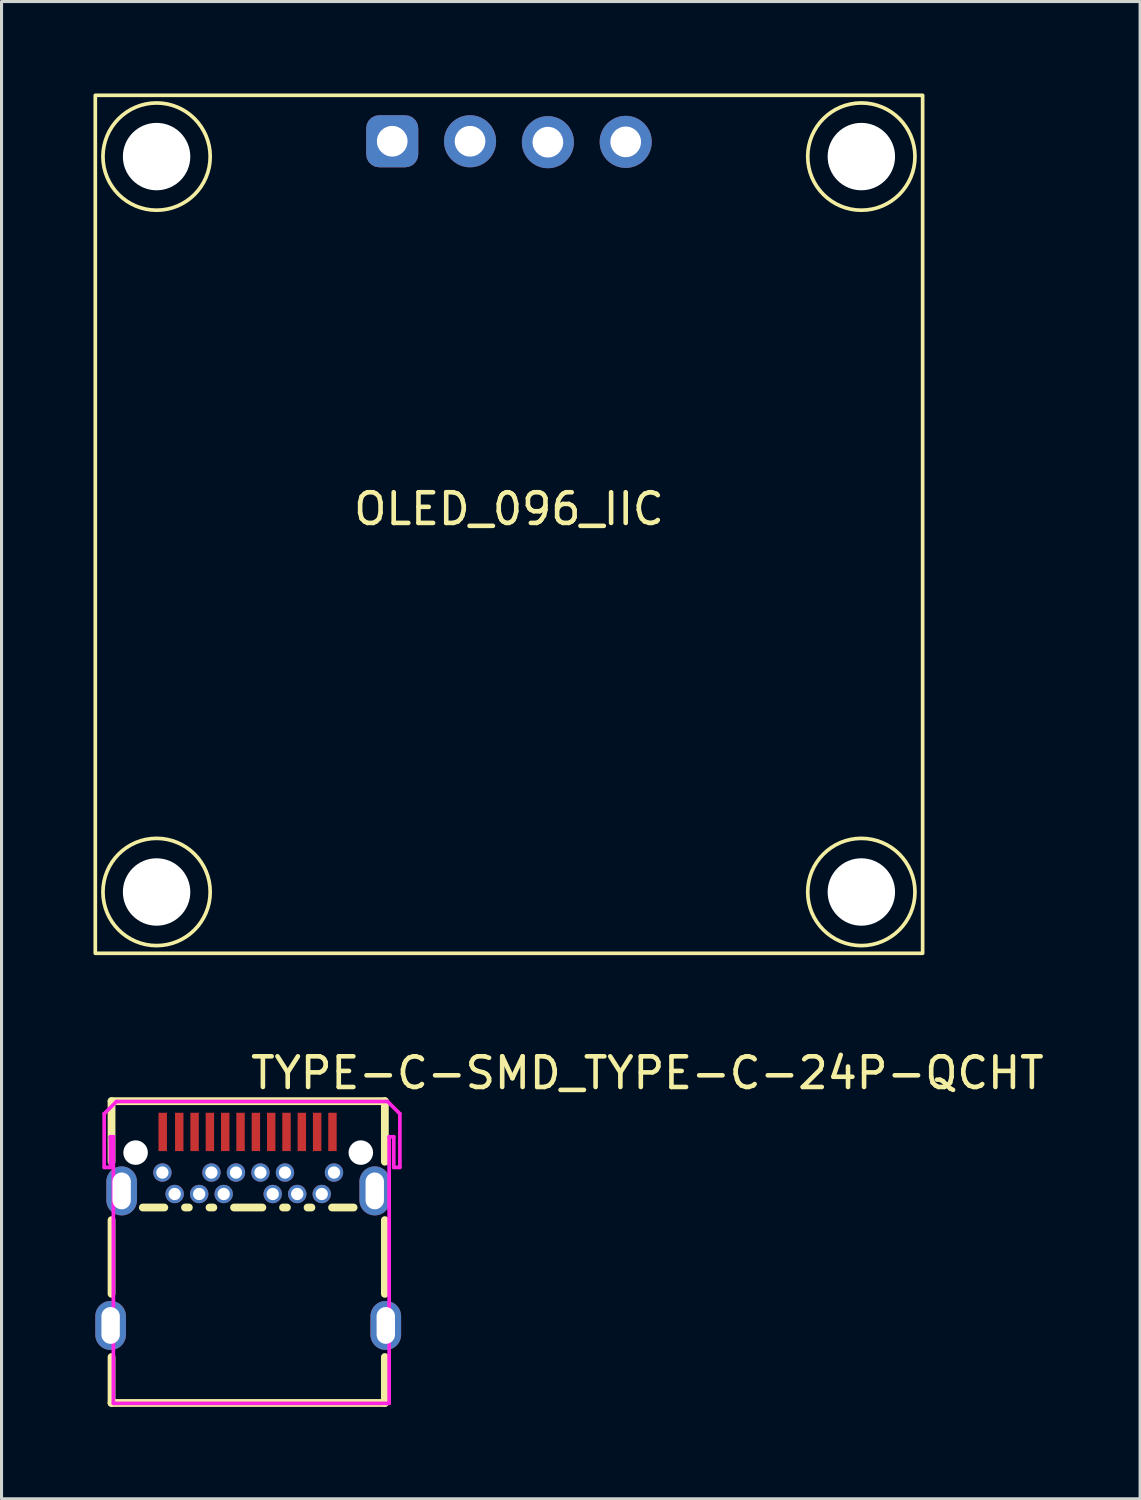
<source format=kicad_pcb>
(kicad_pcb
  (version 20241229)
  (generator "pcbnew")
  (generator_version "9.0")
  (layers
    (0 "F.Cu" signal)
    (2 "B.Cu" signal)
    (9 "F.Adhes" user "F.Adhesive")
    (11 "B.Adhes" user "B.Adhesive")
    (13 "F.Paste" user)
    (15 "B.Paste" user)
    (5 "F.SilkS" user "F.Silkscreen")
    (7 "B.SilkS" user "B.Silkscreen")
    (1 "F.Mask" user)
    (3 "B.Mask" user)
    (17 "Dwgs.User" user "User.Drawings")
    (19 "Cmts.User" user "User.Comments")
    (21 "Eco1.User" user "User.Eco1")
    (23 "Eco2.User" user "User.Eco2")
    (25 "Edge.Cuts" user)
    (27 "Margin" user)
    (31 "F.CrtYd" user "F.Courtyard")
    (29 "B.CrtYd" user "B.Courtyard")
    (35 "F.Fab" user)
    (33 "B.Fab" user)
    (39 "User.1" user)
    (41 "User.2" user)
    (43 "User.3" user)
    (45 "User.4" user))
  (footprint "OLED_096_IIC"
    (layer "F.Cu")
    (at 13.56 14.06)
    (property "Reference" "OLED_096_IIC" (at 0 -0.5 0) (unlocked yes) (layer "F.SilkS") (effects (font (size 1 1) (thickness 0.15))))
    (fp_rect (start -13.5 -14) (end 13.5 14) (stroke (width 0.12) (type solid)) (fill no) (layer "F.SilkS"))
    (fp_circle (center -11.5 -12) (end -9.75 -12) (stroke (width 0.12) (type solid)) (fill no) (layer "F.SilkS"))
    (fp_circle (center -11.5 12) (end -9.75 12) (stroke (width 0.12) (type solid)) (fill no) (layer "F.SilkS"))
    (fp_circle (center 11.5 -12) (end 13.25 -12) (stroke (width 0.12) (type solid)) (fill no) (layer "F.SilkS"))
    (fp_circle (center 11.5 12) (end 13.25 12) (stroke (width 0.12) (type solid)) (fill no) (layer "F.SilkS"))
    (pad "" np_thru_hole circle (at -11.5 -12) (size 2.2 2.2) (drill 2.2) (layers "*.Cu" "*.Mask"))
    (pad "" np_thru_hole circle (at -11.5 12) (size 2.2 2.2) (drill 2.2) (layers "*.Cu" "*.Mask"))
    (pad "" np_thru_hole circle (at 11.5 -12) (size 2.2 2.2) (drill 2.2) (layers "*.Cu" "*.Mask"))
    (pad "" np_thru_hole circle (at 11.5 12) (size 2.2 2.2) (drill 2.2) (layers "*.Cu" "*.Mask"))
    (pad "1" thru_hole roundrect (at -3.81 -12.5) (size 1.7 1.7) (drill 1) (layers "*.Cu" "*.Mask") (roundrect_rratio 0.25))
    (pad "2" thru_hole circle (at -1.27 -12.5) (size 1.7 1.7) (drill 1) (layers "*.Cu" "*.Mask"))
    (pad "3" thru_hole circle (at 1.27 -12.47) (size 1.7 1.7) (drill 1) (layers "*.Cu" "*.Mask"))
    (pad "4" thru_hole circle (at 3.81 -12.48) (size 1.7 1.7) (drill 1) (layers "*.Cu" "*.Mask")))
  (footprint "TYPE-C-SMD_TYPE-C-24P-QCHT"
    (layer "F.Cu")
    (at 5.05 37.048)
    (property "Reference" "TYPE-C-SMD_TYPE-C-24P-QCHT" (at 0 -5.08 0) (layer "F.SilkS") (effects (font (size 1 1) (thickness 0.15)) (justify left)))
    (attr through_hole)
    (fp_line (start -4.46 -4.162) (end -4.46 -2.185) (stroke (width 0.254) (type solid)) (layer "F.SilkS"))
    (fp_line (start -4.46 -4.162) (end 4.46 -4.162) (stroke (width 0.254) (type solid)) (layer "F.SilkS"))
    (fp_line (start -4.46 -0.28) (end -4.46 2.127) (stroke (width 0.254) (type solid)) (layer "F.SilkS"))
    (fp_line (start -4.46 4.188) (end -4.46 5.688) (stroke (width 0.254) (type solid)) (layer "F.SilkS"))
    (fp_line (start -4.46 5.688) (end 4.46 5.688) (stroke (width 0.254) (type solid)) (layer "F.SilkS"))
    (fp_line (start -3.44 -0.691) (end -2.737 -0.691) (stroke (width 0.254) (type solid)) (layer "F.SilkS"))
    (fp_line (start -2.063 -0.691) (end -1.937 -0.691) (stroke (width 0.254) (type solid)) (layer "F.SilkS"))
    (fp_line (start -1.263 -0.691) (end -1.137 -0.691) (stroke (width 0.254) (type solid)) (layer "F.SilkS"))
    (fp_line (start -0.463 -0.691) (end 0.463 -0.691) (stroke (width 0.254) (type solid)) (layer "F.SilkS"))
    (fp_line (start 1.137 -0.691) (end 1.263 -0.691) (stroke (width 0.254) (type solid)) (layer "F.SilkS"))
    (fp_line (start 1.937 -0.691) (end 2.063 -0.691) (stroke (width 0.254) (type solid)) (layer "F.SilkS"))
    (fp_line (start 2.737 -0.691) (end 3.44 -0.691) (stroke (width 0.254) (type solid)) (layer "F.SilkS"))
    (fp_line (start 4.46 -4.162) (end 4.46 -2.185) (stroke (width 0.254) (type solid)) (layer "F.SilkS"))
    (fp_line (start 4.46 -0.28) (end 4.46 2.127) (stroke (width 0.254) (type solid)) (layer "F.SilkS"))
    (fp_line (start 4.46 4.188) (end 4.46 5.688) (stroke (width 0.254) (type solid)) (layer "F.SilkS"))
    (fp_circle (center -2.8 -1.832) (end -2.672 -1.832) (stroke (width 0.255) (type solid)) (fill no) (layer "F.Paste"))
    (fp_circle (center -2.4 -1.132) (end -2.272 -1.132) (stroke (width 0.255) (type solid)) (fill no) (layer "F.Paste"))
    (fp_circle (center -1.6 -1.132) (end -1.472 -1.132) (stroke (width 0.255) (type solid)) (fill no) (layer "F.Paste"))
    (fp_circle (center -1.2 -1.832) (end -1.072 -1.832) (stroke (width 0.255) (type solid)) (fill no) (layer "F.Paste"))
    (fp_circle (center -0.8 -1.132) (end -0.672 -1.132) (stroke (width 0.255) (type solid)) (fill no) (layer "F.Paste"))
    (fp_circle (center -0.4 -1.832) (end -0.272 -1.832) (stroke (width 0.255) (type solid)) (fill no) (layer "F.Paste"))
    (fp_circle (center 0.4 -1.832) (end 0.528 -1.832) (stroke (width 0.255) (type solid)) (fill no) (layer "F.Paste"))
    (fp_circle (center 0.8 -1.132) (end 0.928 -1.132) (stroke (width 0.255) (type solid)) (fill no) (layer "F.Paste"))
    (fp_circle (center 1.2 -1.832) (end 1.328 -1.832) (stroke (width 0.255) (type solid)) (fill no) (layer "F.Paste"))
    (fp_circle (center 1.6 -1.132) (end 1.728 -1.132) (stroke (width 0.255) (type solid)) (fill no) (layer "F.Paste"))
    (fp_circle (center 2.4 -1.132) (end 2.528 -1.132) (stroke (width 0.255) (type solid)) (fill no) (layer "F.Paste"))
    (fp_circle (center 2.8 -1.832) (end 2.927 -1.832) (stroke (width 0.255) (type solid)) (fill no) (layer "F.Paste"))
    (fp_poly (pts (xy -2.927 -3.782) (xy -2.652 -3.782) (xy -2.652 -2.532) (xy -2.927 -2.532)) (stroke (width 0.12) (type solid)) (fill yes) (layer "F.Paste"))
    (fp_poly (pts (xy -2.387 -3.782) (xy -2.112 -3.782) (xy -2.112 -2.532) (xy -2.387 -2.532)) (stroke (width 0.12) (type solid)) (fill yes) (layer "F.Paste"))
    (fp_poly (pts (xy -1.887 -3.782) (xy -1.612 -3.782) (xy -1.612 -2.532) (xy -1.887 -2.532)) (stroke (width 0.12) (type solid)) (fill yes) (layer "F.Paste"))
    (fp_poly (pts (xy -1.387 -3.782) (xy -1.112 -3.782) (xy -1.112 -2.532) (xy -1.387 -2.532)) (stroke (width 0.12) (type solid)) (fill yes) (layer "F.Paste"))
    (fp_poly (pts (xy -0.887 -3.782) (xy -0.612 -3.782) (xy -0.612 -2.532) (xy -0.887 -2.532)) (stroke (width 0.12) (type solid)) (fill yes) (layer "F.Paste"))
    (fp_poly (pts (xy -0.387 -3.782) (xy -0.112 -3.782) (xy -0.112 -2.532) (xy -0.387 -2.532)) (stroke (width 0.12) (type solid)) (fill yes) (layer "F.Paste"))
    (fp_poly (pts (xy 0.113 -3.782) (xy 0.388 -3.782) (xy 0.388 -2.532) (xy 0.113 -2.532)) (stroke (width 0.12) (type solid)) (fill yes) (layer "F.Paste"))
    (fp_poly (pts (xy 0.613 -3.782) (xy 0.888 -3.782) (xy 0.888 -2.532) (xy 0.613 -2.532)) (stroke (width 0.12) (type solid)) (fill yes) (layer "F.Paste"))
    (fp_poly (pts (xy 1.113 -3.782) (xy 1.388 -3.782) (xy 1.388 -2.532) (xy 1.113 -2.532)) (stroke (width 0.12) (type solid)) (fill yes) (layer "F.Paste"))
    (fp_poly (pts (xy 1.613 -3.782) (xy 1.888 -3.782) (xy 1.888 -2.532) (xy 1.613 -2.532)) (stroke (width 0.12) (type solid)) (fill yes) (layer "F.Paste"))
    (fp_poly (pts (xy 2.113 -3.782) (xy 2.388 -3.782) (xy 2.388 -2.532) (xy 2.113 -2.532)) (stroke (width 0.12) (type solid)) (fill yes) (layer "F.Paste"))
    (fp_poly (pts (xy 2.613 -3.782) (xy 2.888 -3.782) (xy 2.888 -2.532) (xy 2.613 -2.532)) (stroke (width 0.12) (type solid)) (fill yes) (layer "F.Paste"))
    (fp_poly (pts (xy -4.99 2.858) (xy -4.98 2.76) (xy -4.952 2.666) (xy -4.906 2.58) (xy -4.844 2.504) (xy -4.768 2.442) (xy -4.681 2.396) (xy -4.588 2.367) (xy -4.49 2.358) (xy -4.392 2.367) (xy -4.299 2.396) (xy -4.212 2.442) (xy -4.136 2.504) (xy -4.074 2.58) (xy -4.028 2.666) (xy -4 2.76) (xy -3.99 2.858) (xy -3.99 3.458) (xy -4 3.555) (xy -4.028 3.649) (xy -4.074 3.735) (xy -4.136 3.811) (xy -4.212 3.873) (xy -4.299 3.92) (xy -4.392 3.948) (xy -4.49 3.958) (xy -4.588 3.948) (xy -4.681 3.92) (xy -4.768 3.873) (xy -4.844 3.811) (xy -4.906 3.735) (xy -4.952 3.649) (xy -4.98 3.555) (xy -4.99 3.458)) (stroke (width 0.12) (type solid)) (fill yes) (layer "F.Paste"))
    (fp_poly (pts (xy -4.63 -1.532) (xy -4.62 -1.63) (xy -4.591 -1.724) (xy -4.545 -1.81) (xy -4.483 -1.886) (xy -4.407 -1.948) (xy -4.321 -1.994) (xy -4.227 -2.023) (xy -4.13 -2.032) (xy -4.032 -2.023) (xy -3.938 -1.994) (xy -3.852 -1.948) (xy -3.776 -1.886) (xy -3.714 -1.81) (xy -3.668 -1.724) (xy -3.639 -1.63) (xy -3.63 -1.532) (xy -3.63 -0.932) (xy -3.639 -0.835) (xy -3.668 -0.741) (xy -3.714 -0.655) (xy -3.776 -0.579) (xy -3.852 -0.517) (xy -3.938 -0.47) (xy -4.032 -0.442) (xy -4.13 -0.432) (xy -4.227 -0.442) (xy -4.321 -0.47) (xy -4.407 -0.517) (xy -4.483 -0.579) (xy -4.545 -0.655) (xy -4.591 -0.741) (xy -4.62 -0.835) (xy -4.63 -0.932)) (stroke (width 0.12) (type solid)) (fill yes) (layer "F.Paste"))
    (fp_poly (pts (xy 3.63 -1.533) (xy 3.64 -1.63) (xy 3.668 -1.724) (xy 3.714 -1.81) (xy 3.776 -1.886) (xy 3.852 -1.948) (xy 3.939 -1.994) (xy 4.032 -2.023) (xy 4.13 -2.033) (xy 4.227 -2.023) (xy 4.321 -1.994) (xy 4.408 -1.948) (xy 4.483 -1.886) (xy 4.546 -1.81) (xy 4.592 -1.724) (xy 4.62 -1.63) (xy 4.63 -1.533) (xy 4.63 -0.933) (xy 4.62 -0.835) (xy 4.592 -0.741) (xy 4.546 -0.655) (xy 4.483 -0.579) (xy 4.408 -0.517) (xy 4.321 -0.471) (xy 4.227 -0.442) (xy 4.13 -0.433) (xy 4.032 -0.442) (xy 3.939 -0.471) (xy 3.852 -0.517) (xy 3.776 -0.579) (xy 3.714 -0.655) (xy 3.668 -0.741) (xy 3.64 -0.835) (xy 3.63 -0.933)) (stroke (width 0.12) (type solid)) (fill yes) (layer "F.Paste"))
    (fp_poly (pts (xy 3.99 2.858) (xy 4 2.76) (xy 4.028 2.666) (xy 4.074 2.58) (xy 4.137 2.504) (xy 4.212 2.442) (xy 4.299 2.396) (xy 4.393 2.367) (xy 4.49 2.358) (xy 4.588 2.367) (xy 4.682 2.396) (xy 4.768 2.442) (xy 4.844 2.504) (xy 4.906 2.58) (xy 4.952 2.666) (xy 4.981 2.76) (xy 4.99 2.858) (xy 4.99 3.458) (xy 4.981 3.555) (xy 4.952 3.649) (xy 4.906 3.735) (xy 4.844 3.811) (xy 4.768 3.873) (xy 4.682 3.92) (xy 4.588 3.948) (xy 4.49 3.958) (xy 4.393 3.948) (xy 4.299 3.92) (xy 4.212 3.873) (xy 4.137 3.811) (xy 4.074 3.735) (xy 4.028 3.649) (xy 4 3.555) (xy 3.99 3.458)) (stroke (width 0.12) (type solid)) (fill yes) (layer "F.Paste"))
    (fp_circle (center -3.675 -2.483) (end -3.525 -2.483) (stroke (width 0.3) (type solid)) (fill no) (layer "Dwgs.User"))
    (fp_circle (center 3.675 -2.483) (end 3.825 -2.483) (stroke (width 0.3) (type solid)) (fill no) (layer "Dwgs.User"))
    (fp_circle (center -4.7 -4.15) (end -4.67 -4.15) (stroke (width 0.06) (type solid)) (fill no) (layer "Eco2.User"))
    (fp_poly (pts (xy -4.64 2.808) (xy -4.34 2.808) (xy -4.34 3.508) (xy -4.64 3.508)) (stroke (width 0.12) (type solid)) (fill no) (layer "Eco2.User"))
    (fp_poly (pts (xy -4.28 -1.583) (xy -3.98 -1.583) (xy -3.98 -0.883) (xy -4.28 -0.883)) (stroke (width 0.12) (type solid)) (fill no) (layer "Eco2.User"))
    (fp_poly (pts (xy -2.9 -1.757) (xy -2.9 -1.907) (xy -2.7 -1.907) (xy -2.7 -1.757)) (stroke (width 0.12) (type solid)) (fill no) (layer "Eco2.User"))
    (fp_poly (pts (xy -2.89 -3.332) (xy -2.69 -3.332) (xy -2.69 -2.682) (xy -2.89 -2.682)) (stroke (width 0.12) (type solid)) (fill no) (layer "Eco2.User"))
    (fp_poly (pts (xy -2.5 -1.207) (xy -2.3 -1.207) (xy -2.3 -1.057) (xy -2.5 -1.057)) (stroke (width 0.12) (type solid)) (fill no) (layer "Eco2.User"))
    (fp_poly (pts (xy -2.35 -3.332) (xy -2.15 -3.332) (xy -2.15 -2.682) (xy -2.35 -2.682)) (stroke (width 0.12) (type solid)) (fill no) (layer "Eco2.User"))
    (fp_poly (pts (xy -1.85 -3.332) (xy -1.65 -3.332) (xy -1.65 -2.682) (xy -1.85 -2.682)) (stroke (width 0.12) (type solid)) (fill no) (layer "Eco2.User"))
    (fp_poly (pts (xy -1.7 -1.207) (xy -1.5 -1.207) (xy -1.5 -1.057) (xy -1.7 -1.057)) (stroke (width 0.12) (type solid)) (fill no) (layer "Eco2.User"))
    (fp_poly (pts (xy -1.35 -3.332) (xy -1.15 -3.332) (xy -1.15 -2.682) (xy -1.35 -2.682)) (stroke (width 0.12) (type solid)) (fill no) (layer "Eco2.User"))
    (fp_poly (pts (xy -1.3 -1.907) (xy -1.1 -1.907) (xy -1.1 -1.757) (xy -1.3 -1.757)) (stroke (width 0.12) (type solid)) (fill no) (layer "Eco2.User"))
    (fp_poly (pts (xy -0.9 -1.207) (xy -0.7 -1.207) (xy -0.7 -1.057) (xy -0.9 -1.057)) (stroke (width 0.12) (type solid)) (fill no) (layer "Eco2.User"))
    (fp_poly (pts (xy -0.85 -3.332) (xy -0.65 -3.332) (xy -0.65 -2.682) (xy -0.85 -2.682)) (stroke (width 0.12) (type solid)) (fill no) (layer "Eco2.User"))
    (fp_poly (pts (xy -0.5 -1.907) (xy -0.3 -1.907) (xy -0.3 -1.757) (xy -0.5 -1.757)) (stroke (width 0.12) (type solid)) (fill no) (layer "Eco2.User"))
    (fp_poly (pts (xy -0.35 -3.332) (xy -0.15 -3.332) (xy -0.15 -2.682) (xy -0.35 -2.682)) (stroke (width 0.12) (type solid)) (fill no) (layer "Eco2.User"))
    (fp_poly (pts (xy 0.15 -3.332) (xy 0.35 -3.332) (xy 0.35 -2.682) (xy 0.15 -2.682)) (stroke (width 0.12) (type solid)) (fill no) (layer "Eco2.User"))
    (fp_poly (pts (xy 0.3 -1.907) (xy 0.5 -1.907) (xy 0.5 -1.757) (xy 0.3 -1.757)) (stroke (width 0.12) (type solid)) (fill no) (layer "Eco2.User"))
    (fp_poly (pts (xy 0.65 -3.332) (xy 0.85 -3.332) (xy 0.85 -2.682) (xy 0.65 -2.682)) (stroke (width 0.12) (type solid)) (fill no) (layer "Eco2.User"))
    (fp_poly (pts (xy 0.701 -1.207) (xy 0.901 -1.207) (xy 0.901 -1.057) (xy 0.701 -1.057)) (stroke (width 0.12) (type solid)) (fill no) (layer "Eco2.User"))
    (fp_poly (pts (xy 1.1 -1.907) (xy 1.3 -1.907) (xy 1.3 -1.757) (xy 1.1 -1.757)) (stroke (width 0.12) (type solid)) (fill no) (layer "Eco2.User"))
    (fp_poly (pts (xy 1.15 -3.332) (xy 1.35 -3.332) (xy 1.35 -2.682) (xy 1.15 -2.682)) (stroke (width 0.12) (type solid)) (fill no) (layer "Eco2.User"))
    (fp_poly (pts (xy 1.5 -1.207) (xy 1.7 -1.207) (xy 1.7 -1.057) (xy 1.5 -1.057)) (stroke (width 0.12) (type solid)) (fill no) (layer "Eco2.User"))
    (fp_poly (pts (xy 1.65 -3.332) (xy 1.85 -3.332) (xy 1.85 -2.682) (xy 1.65 -2.682)) (stroke (width 0.12) (type solid)) (fill no) (layer "Eco2.User"))
    (fp_poly (pts (xy 2.15 -3.332) (xy 2.35 -3.332) (xy 2.35 -2.682) (xy 2.15 -2.682)) (stroke (width 0.12) (type solid)) (fill no) (layer "Eco2.User"))
    (fp_poly (pts (xy 2.3 -1.207) (xy 2.5 -1.207) (xy 2.5 -1.057) (xy 2.3 -1.057)) (stroke (width 0.12) (type solid)) (fill no) (layer "Eco2.User"))
    (fp_poly (pts (xy 2.65 -3.332) (xy 2.85 -3.332) (xy 2.85 -2.682) (xy 2.65 -2.682)) (stroke (width 0.12) (type solid)) (fill no) (layer "Eco2.User"))
    (fp_poly (pts (xy 2.7 -1.907) (xy 2.9 -1.907) (xy 2.9 -1.757) (xy 2.7 -1.757)) (stroke (width 0.12) (type solid)) (fill no) (layer "Eco2.User"))
    (fp_poly (pts (xy 3.98 -1.582) (xy 4.28 -1.582) (xy 4.28 -0.882) (xy 3.98 -0.882)) (stroke (width 0.12) (type solid)) (fill no) (layer "Eco2.User"))
    (fp_poly (pts (xy 4.34 2.808) (xy 4.64 2.808) (xy 4.64 3.508) (xy 4.34 3.508)) (stroke (width 0.12) (type solid)) (fill no) (layer "Eco2.User"))
    (fp_line (start -4.7 -3.75) (end -4.7 -2) (stroke (width 0.12) (type solid)) (layer "F.CrtYd"))
    (fp_line (start -4.7 -2) (end -4.5 -2) (stroke (width 0.12) (type solid)) (layer "F.CrtYd"))
    (fp_line (start -4.5 -3) (end -4.4 -3) (stroke (width 0.12) (type solid)) (layer "F.CrtYd"))
    (fp_line (start -4.5 -2) (end -4.5 -3) (stroke (width 0.12) (type solid)) (layer "F.CrtYd"))
    (fp_line (start -4.4 -3) (end -4.4 5.7) (stroke (width 0.12) (type solid)) (layer "F.CrtYd"))
    (fp_line (start -4.4 5.7) (end 4.6 5.7) (stroke (width 0.12) (type solid)) (layer "F.CrtYd"))
    (fp_line (start -4.3 -4.15) (end -4.7 -3.75) (stroke (width 0.12) (type solid)) (layer "F.CrtYd"))
    (fp_line (start 4.55 -4.15) (end -4.3 -4.15) (stroke (width 0.12) (type solid)) (layer "F.CrtYd"))
    (fp_line (start 4.6 -3) (end 4.75 -3) (stroke (width 0.12) (type solid)) (layer "F.CrtYd"))
    (fp_line (start 4.6 5.7) (end 4.6 -3) (stroke (width 0.12) (type solid)) (layer "F.CrtYd"))
    (fp_line (start 4.75 -3) (end 4.75 -2) (stroke (width 0.12) (type solid)) (layer "F.CrtYd"))
    (fp_line (start 4.75 -2) (end 4.95 -2) (stroke (width 0.12) (type solid)) (layer "F.CrtYd"))
    (fp_line (start 4.95 -3.75) (end 4.55 -4.15) (stroke (width 0.12) (type solid)) (layer "F.CrtYd"))
    (fp_line (start 4.95 -2) (end 4.95 -3.75) (stroke (width 0.12) (type solid)) (layer "F.CrtYd"))
    (pad "" np_thru_hole circle (at -3.675 -2.483) (size 0.8 0.8) (drill 0.8) (layers "*.Cu" "*.Mask"))
    (pad "" np_thru_hole circle (at 3.675 -2.483) (size 0.8 0.8) (drill 0.8) (layers "*.Cu" "*.Mask"))
    (pad "A1" smd rect (at -2.79 -3.158) (size 0.275 1.25) (layers "F.Cu" "F.Mask" "F.Paste"))
    (pad "A2" smd rect (at -2.25 -3.158) (size 0.275 1.25) (layers "F.Cu" "F.Mask" "F.Paste"))
    (pad "A3" smd rect (at -1.75 -3.158) (size 0.275 1.25) (layers "F.Cu" "F.Mask" "F.Paste"))
    (pad "A4" smd rect (at -1.25 -3.158) (size 0.275 1.25) (layers "F.Cu" "F.Mask" "F.Paste"))
    (pad "A5" smd rect (at -0.75 -3.158) (size 0.275 1.25) (layers "F.Cu" "F.Mask" "F.Paste"))
    (pad "A6" smd rect (at -0.25 -3.158) (size 0.275 1.25) (layers "F.Cu" "F.Mask" "F.Paste"))
    (pad "A7" smd rect (at 0.25 -3.158) (size 0.275 1.25) (layers "F.Cu" "F.Mask" "F.Paste"))
    (pad "A8" smd rect (at 0.75 -3.158) (size 0.275 1.25) (layers "F.Cu" "F.Mask" "F.Paste"))
    (pad "A9" smd rect (at 1.25 -3.158) (size 0.275 1.25) (layers "F.Cu" "F.Mask" "F.Paste"))
    (pad "A10" smd rect (at 1.75 -3.158) (size 0.275 1.25) (layers "F.Cu" "F.Mask" "F.Paste"))
    (pad "A11" smd rect (at 2.25 -3.158) (size 0.275 1.25) (layers "F.Cu" "F.Mask" "F.Paste"))
    (pad "A12" smd rect (at 2.75 -3.158) (size 0.275 1.25) (layers "F.Cu" "F.Mask" "F.Paste"))
    (pad "B1" thru_hole circle (at 2.8 -1.832) (size 0.6 0.6) (drill 0.4) (layers "*.Cu" "*.Mask"))
    (pad "B2" thru_hole circle (at 2.4 -1.132) (size 0.6 0.6) (drill 0.4) (layers "*.Cu" "*.Mask"))
    (pad "B3" thru_hole circle (at 1.6 -1.132) (size 0.6 0.6) (drill 0.4) (layers "*.Cu" "*.Mask"))
    (pad "B4" thru_hole circle (at 1.2 -1.832) (size 0.6 0.6) (drill 0.4) (layers "*.Cu" "*.Mask"))
    (pad "B5" thru_hole circle (at 0.8 -1.132) (size 0.6 0.6) (drill 0.4) (layers "*.Cu" "*.Mask"))
    (pad "B6" thru_hole circle (at 0.4 -1.832) (size 0.6 0.6) (drill 0.4) (layers "*.Cu" "*.Mask"))
    (pad "B7" thru_hole circle (at -0.4 -1.832) (size 0.6 0.6) (drill 0.4) (layers "*.Cu" "*.Mask"))
    (pad "B8" thru_hole circle (at -0.8 -1.132) (size 0.6 0.6) (drill 0.4) (layers "*.Cu" "*.Mask"))
    (pad "B9" thru_hole circle (at -1.2 -1.832) (size 0.6 0.6) (drill 0.4) (layers "*.Cu" "*.Mask"))
    (pad "B10" thru_hole circle (at -1.6 -1.132) (size 0.6 0.6) (drill 0.4) (layers "*.Cu" "*.Mask"))
    (pad "B11" thru_hole circle (at -2.4 -1.132) (size 0.6 0.6) (drill 0.4) (layers "*.Cu" "*.Mask"))
    (pad "B12" thru_hole circle (at -2.8 -1.832) (size 0.6 0.6) (drill 0.4) (layers "*.Cu" "*.Mask"))
    (pad "S1" thru_hole oval (at -4.49 3.158) (size 1 1.6) (drill oval 0.6 1.2) (layers "*.Cu" "*.Mask"))
    (pad "S1" thru_hole oval (at -4.13 -1.233) (size 1 1.6) (drill oval 0.6 1.2) (layers "*.Cu" "*.Mask"))
    (pad "S1" thru_hole oval (at 4.13 -1.233) (size 1 1.6) (drill oval 0.6 1.2) (layers "*.Cu" "*.Mask"))
    (pad "S1" thru_hole oval (at 4.49 3.158) (size 1 1.6) (drill oval 0.6 1.2) (layers "*.Cu" "*.Mask")))
  (gr_rect
    (start -3 -3)
    (end 34.157 45.863)
    (stroke (width 0.1) (type default))
    (fill no)
    (layer "Edge.Cuts")))
</source>
